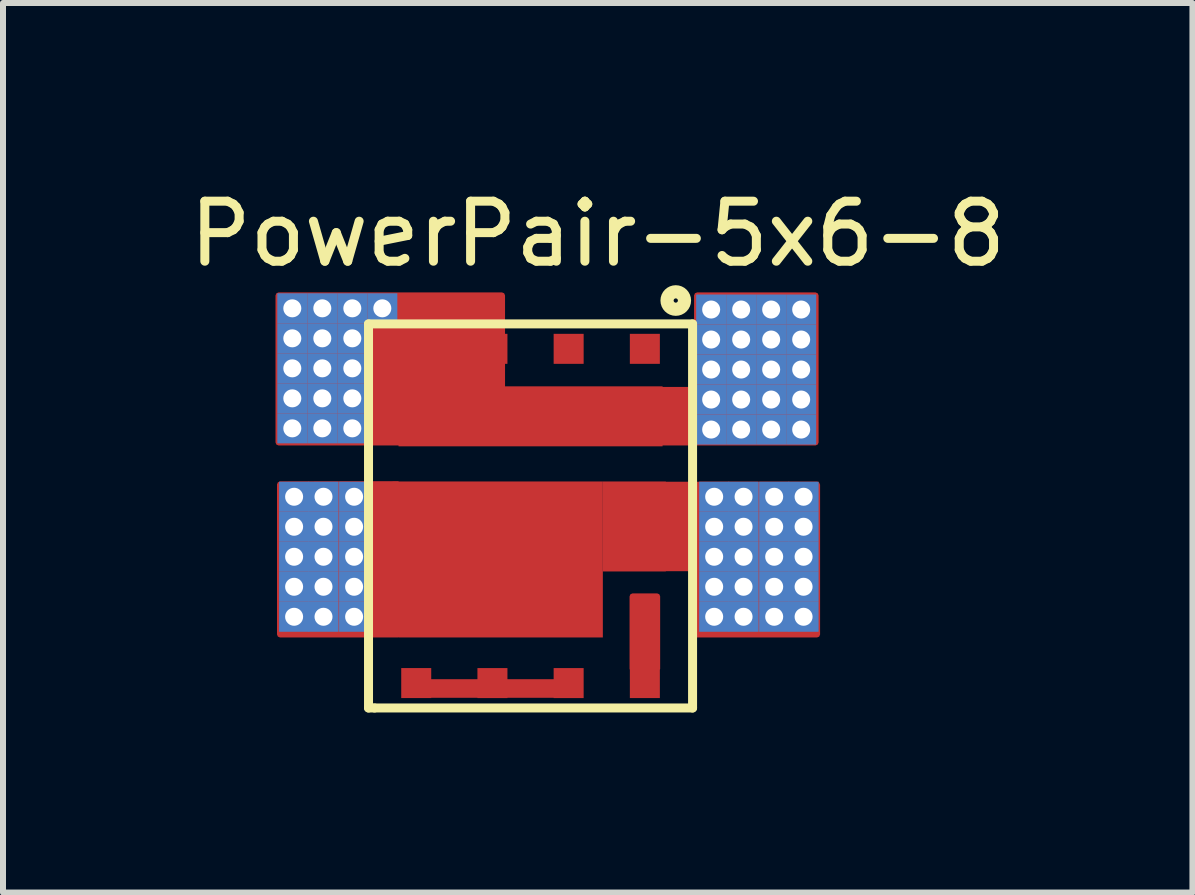
<source format=kicad_pcb>
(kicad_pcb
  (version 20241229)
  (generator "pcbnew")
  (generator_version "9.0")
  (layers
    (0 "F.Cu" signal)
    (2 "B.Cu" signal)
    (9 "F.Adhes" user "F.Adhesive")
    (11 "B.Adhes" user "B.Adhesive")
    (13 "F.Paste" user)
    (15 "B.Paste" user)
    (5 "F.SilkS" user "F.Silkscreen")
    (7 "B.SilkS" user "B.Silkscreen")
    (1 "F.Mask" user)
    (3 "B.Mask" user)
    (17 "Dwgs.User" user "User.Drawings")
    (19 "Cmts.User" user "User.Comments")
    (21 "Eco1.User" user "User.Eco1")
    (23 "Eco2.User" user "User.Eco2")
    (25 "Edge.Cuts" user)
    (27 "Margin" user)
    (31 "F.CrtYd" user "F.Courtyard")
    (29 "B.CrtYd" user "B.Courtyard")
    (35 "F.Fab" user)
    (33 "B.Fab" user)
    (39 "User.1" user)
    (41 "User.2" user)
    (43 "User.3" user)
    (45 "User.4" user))
  (footprint "PowerPair-5x6-8"
    (layer "F.Cu")
    (at 5.791 5.548)
    (property "Reference" "PowerPair-5x6-8" (at 1.12 -4.7 0) (layer "F.SilkS") (effects (font (size 1 1) (thickness 0.15))))
    (attr through_hole)
    (fp_poly (pts (xy 0.45 2.98) (xy -1.82 2.98) (xy -1.82 2.77) (xy 0.45 2.77)) (stroke (width 0.1) (type solid)) (fill yes) (layer "F.Mask"))
    (fp_poly (pts (xy 2.11 2.51) (xy 1.7 2.51) (xy 1.7 1.34) (xy 2.11 1.34)) (stroke (width 0.1) (type solid)) (fill yes) (layer "F.Mask"))
    (fp_line (start -2.7 -3.2) (end -2.7 3.2) (stroke (width 0.15) (type solid)) (layer "F.SilkS"))
    (fp_line (start -2.7 3.2) (end -2.6 3.2) (stroke (width 0.15) (type solid)) (layer "F.SilkS"))
    (fp_line (start -2.6 3.2) (end 2.7 3.2) (stroke (width 0.15) (type solid)) (layer "F.SilkS"))
    (fp_line (start 2.7 -3.2) (end -2.7 -3.2) (stroke (width 0.15) (type solid)) (layer "F.SilkS"))
    (fp_line (start 2.7 3.2) (end 2.7 -3.2) (stroke (width 0.15) (type solid)) (layer "F.SilkS"))
    (fp_circle (center 2.42 -3.59) (end 2.445 -3.565) (stroke (width 0.15) (type solid)) (fill no) (layer "F.SilkS"))
    (fp_circle (center 2.42 -3.59) (end 2.52 -3.44) (stroke (width 0.15) (type solid)) (fill no) (layer "F.SilkS"))
    (pad "1" smd rect (at 1.905 -2.785) (size 0.5 0.5) (layers "F.Cu" "F.Mask" "F.Paste"))
    (pad "2" smd rect (at 0.635 -2.785) (size 0.5 0.5) (layers "F.Cu" "F.Mask" "F.Paste"))
    (pad "3" smd rect (at -0.635 -2.785) (size 0.5 0.5) (layers "F.Cu" "F.Mask" "F.Paste"))
    (pad "4" smd rect (at -1.905 -2.785) (size 0.5 0.5) (layers "F.Cu" "F.Mask" "F.Paste"))
    (pad "5" smd custom (at -1.905 2.785) (size 0.5 0.5) (layers "F.Cu" "F.Mask" "F.Paste") (options (anchor rect)) (primitives (gr_poly (pts (xy 2.485 0.195) (xy 0.215 0.195) (xy 0.215 -0.015) (xy 2.485 -0.015)) (width 0.1) (fill yes))))
    (pad "6" smd rect (at -0.635 2.785) (size 0.5 0.5) (layers "F.Cu" "F.Mask" "F.Paste"))
    (pad "7" smd rect (at 0.635 2.785) (size 0.5 0.5) (layers "F.Cu" "F.Mask" "F.Paste"))
    (pad "8" smd custom (at 1.905 2.785) (size 0.5 0.5) (layers "F.Cu" "F.Mask" "F.Paste") (options (anchor rect)) (primitives (gr_poly (pts (xy 0.205 -0.235) (xy -0.205 -0.235) (xy -0.205 -1.445) (xy 0.205 -1.445)) (width 0.1) (fill yes))))
    (pad "9" thru_hole rect (at -3.94 -0.32) (size 0.5 0.5) (drill 0.3) (layers "*.Cu" "*.Mask"))
    (pad "9" thru_hole rect (at -3.94 0.18) (size 0.5 0.5) (drill 0.3) (layers "*.Cu" "*.Mask"))
    (pad "9" thru_hole rect (at -3.94 0.68) (size 0.5 0.5) (drill 0.3) (layers "*.Cu" "*.Mask"))
    (pad "9" thru_hole rect (at -3.94 1.18) (size 0.5 0.5) (drill 0.3) (layers "*.Cu" "*.Mask"))
    (pad "9" thru_hole rect (at -3.94 1.68) (size 0.5 0.5) (drill 0.3) (layers "*.Cu" "*.Mask"))
    (pad "9" thru_hole rect (at -3.45 -0.32) (size 0.5 0.5) (drill 0.3) (layers "*.Cu" "*.Mask"))
    (pad "9" thru_hole rect (at -3.45 0.18) (size 0.5 0.5) (drill 0.3) (layers "*.Cu" "*.Mask"))
    (pad "9" thru_hole rect (at -3.45 0.68) (size 0.5 0.5) (drill 0.3) (layers "*.Cu" "*.Mask"))
    (pad "9" thru_hole rect (at -3.45 1.18) (size 0.5 0.5) (drill 0.3) (layers "*.Cu" "*.Mask"))
    (pad "9" thru_hole rect (at -3.45 1.68) (size 0.5 0.5) (drill 0.3) (layers "*.Cu" "*.Mask"))
    (pad "9" thru_hole rect (at -2.94 -0.32) (size 0.5 0.5) (drill 0.3) (layers "*.Cu" "*.Mask"))
    (pad "9" thru_hole rect (at -2.94 0.18) (size 0.5 0.5) (drill 0.3) (layers "*.Cu" "*.Mask"))
    (pad "9" thru_hole rect (at -2.94 0.68) (size 0.5 0.5) (drill 0.3) (layers "*.Cu" "*.Mask"))
    (pad "9" thru_hole rect (at -2.94 1.18) (size 0.5 0.5) (drill 0.3) (layers "*.Cu" "*.Mask"))
    (pad "9" thru_hole rect (at -2.94 1.68) (size 0.5 0.5) (drill 0.3) (layers "*.Cu" "*.Mask"))
    (pad "9" smd custom (at -0.495 0.725) (size 3.4 2.6) (layers "F.Cu" "F.Mask" "F.Paste") (options (anchor rect)) (primitives (gr_poly (pts (xy -1.71 1.25) (xy -3.68 1.25) (xy -3.68 0.135) (xy -3.68 0.15) (xy -3.68 -1.25) (xy -1.71 -1.255)) (width 0.1) (fill yes))))
    (pad "9" smd custom (at 1.73 0.175) (size 1.05 1.5) (layers "F.Cu" "F.Mask" "F.Paste") (options (anchor rect)) (primitives (gr_poly (pts (xy 3.045 1.8) (xy 0.97 1.8) (xy 0.97 0.695) (xy 0.48 0.695) (xy 0.48 -0.695) (xy 3.045 -0.695)) (width 0.1) (fill yes))))
    (pad "9" thru_hole rect (at 3.06 -0.32) (size 0.5 0.5) (drill 0.3) (layers "*.Cu" "*.Mask"))
    (pad "9" thru_hole rect (at 3.06 0.18) (size 0.5 0.5) (drill 0.3) (layers "*.Cu" "*.Mask"))
    (pad "9" thru_hole rect (at 3.06 0.68) (size 0.5 0.5) (drill 0.3) (layers "*.Cu" "*.Mask"))
    (pad "9" thru_hole rect (at 3.06 1.18) (size 0.5 0.5) (drill 0.3) (layers "*.Cu" "*.Mask"))
    (pad "9" thru_hole rect (at 3.06 1.68) (size 0.5 0.5) (drill 0.3) (layers "*.Cu" "*.Mask"))
    (pad "9" thru_hole rect (at 3.55 -0.32) (size 0.5 0.5) (drill 0.3) (layers "*.Cu" "*.Mask"))
    (pad "9" thru_hole rect (at 3.55 0.18) (size 0.5 0.5) (drill 0.3) (layers "*.Cu" "*.Mask"))
    (pad "9" thru_hole rect (at 3.55 0.68) (size 0.5 0.5) (drill 0.3) (layers "*.Cu" "*.Mask"))
    (pad "9" thru_hole rect (at 3.55 1.18) (size 0.5 0.5) (drill 0.3) (layers "*.Cu" "*.Mask"))
    (pad "9" thru_hole rect (at 3.55 1.68) (size 0.5 0.5) (drill 0.3) (layers "*.Cu" "*.Mask"))
    (pad "9" thru_hole rect (at 4.06 -0.32) (size 0.5 0.5) (drill 0.3) (layers "*.Cu" "*.Mask"))
    (pad "9" thru_hole rect (at 4.06 0.18) (size 0.5 0.5) (drill 0.3) (layers "*.Cu" "*.Mask"))
    (pad "9" thru_hole rect (at 4.06 0.68) (size 0.5 0.5) (drill 0.3) (layers "*.Cu" "*.Mask"))
    (pad "9" thru_hole rect (at 4.06 1.18) (size 0.5 0.5) (drill 0.3) (layers "*.Cu" "*.Mask"))
    (pad "9" thru_hole rect (at 4.06 1.68) (size 0.5 0.5) (drill 0.3) (layers "*.Cu" "*.Mask"))
    (pad "9" thru_hole rect (at 4.55 -0.32) (size 0.5 0.5) (drill 0.3) (layers "*.Cu" "*.Mask"))
    (pad "9" thru_hole rect (at 4.55 0.18) (size 0.5 0.5) (drill 0.3) (layers "*.Cu" "*.Mask"))
    (pad "9" thru_hole rect (at 4.55 0.68) (size 0.5 0.5) (drill 0.3) (layers "*.Cu" "*.Mask"))
    (pad "9" thru_hole rect (at 4.55 1.18) (size 0.5 0.5) (drill 0.3) (layers "*.Cu" "*.Mask"))
    (pad "9" thru_hole rect (at 4.55 1.68) (size 0.5 0.5) (drill 0.3) (layers "*.Cu" "*.Mask"))
    (pad "10" thru_hole rect (at -3.97 -3.46) (size 0.5 0.5) (drill 0.3) (layers "*.Cu" "*.Mask"))
    (pad "10" thru_hole rect (at -3.97 -2.96) (size 0.5 0.5) (drill 0.3) (layers "*.Cu" "*.Mask"))
    (pad "10" thru_hole rect (at -3.97 -2.46) (size 0.5 0.5) (drill 0.3) (layers "*.Cu" "*.Mask"))
    (pad "10" thru_hole rect (at -3.97 -1.96) (size 0.5 0.5) (drill 0.3) (layers "*.Cu" "*.Mask"))
    (pad "10" thru_hole rect (at -3.97 -1.46) (size 0.5 0.5) (drill 0.3) (layers "*.Cu" "*.Mask"))
    (pad "10" thru_hole rect (at -3.47 -3.46) (size 0.5 0.5) (drill 0.3) (layers "*.Cu" "*.Mask"))
    (pad "10" thru_hole rect (at -3.47 -2.96) (size 0.5 0.5) (drill 0.3) (layers "*.Cu" "*.Mask"))
    (pad "10" thru_hole rect (at -3.47 -2.46) (size 0.5 0.5) (drill 0.3) (layers "*.Cu" "*.Mask"))
    (pad "10" thru_hole rect (at -3.47 -1.96) (size 0.5 0.5) (drill 0.3) (layers "*.Cu" "*.Mask"))
    (pad "10" thru_hole rect (at -3.47 -1.46) (size 0.5 0.5) (drill 0.3) (layers "*.Cu" "*.Mask"))
    (pad "10" thru_hole rect (at -2.97 -3.46) (size 0.5 0.5) (drill 0.3) (layers "*.Cu" "*.Mask"))
    (pad "10" thru_hole rect (at -2.97 -2.96) (size 0.5 0.5) (drill 0.3) (layers "*.Cu" "*.Mask"))
    (pad "10" thru_hole rect (at -2.97 -2.46) (size 0.5 0.5) (drill 0.3) (layers "*.Cu" "*.Mask"))
    (pad "10" thru_hole rect (at -2.97 -1.96) (size 0.5 0.5) (drill 0.3) (layers "*.Cu" "*.Mask"))
    (pad "10" thru_hole rect (at -2.97 -1.46) (size 0.5 0.5) (drill 0.3) (layers "*.Cu" "*.Mask"))
    (pad "10" thru_hole rect (at -2.47 -3.46) (size 0.5 0.5) (drill 0.3) (layers "*.Cu" "*.Mask"))
    (pad "10" smd custom (at 0 -1.66) (size 4.4 1) (layers "F.Cu" "F.Mask" "F.Paste") (options (anchor rect)) (primitives (gr_poly (pts (xy 4.75 0.435) (xy 1.925 0.435) (xy 1.925 -0.44) (xy 2.775 -0.44) (xy 2.775 -2.015) (xy 4.75 -2.015)) (width 0.1) (fill yes)) (gr_poly (pts (xy -0.475 0.435) (xy -4.2 0.435) (xy -4.2 -2.015) (xy -0.475 -2.015)) (width 0.1) (fill yes))))
    (pad "10" thru_hole rect (at 3.01 -3.44) (size 0.5 0.5) (drill 0.3) (layers "*.Cu" "*.Mask"))
    (pad "10" thru_hole rect (at 3.01 -2.94) (size 0.5 0.5) (drill 0.3) (layers "*.Cu" "*.Mask"))
    (pad "10" thru_hole rect (at 3.01 -2.44) (size 0.5 0.5) (drill 0.3) (layers "*.Cu" "*.Mask"))
    (pad "10" thru_hole rect (at 3.01 -1.94) (size 0.5 0.5) (drill 0.3) (layers "*.Cu" "*.Mask"))
    (pad "10" thru_hole rect (at 3.01 -1.44) (size 0.5 0.5) (drill 0.3) (layers "*.Cu" "*.Mask"))
    (pad "10" thru_hole rect (at 3.51 -3.44) (size 0.5 0.5) (drill 0.3) (layers "*.Cu" "*.Mask"))
    (pad "10" thru_hole rect (at 3.51 -2.94) (size 0.5 0.5) (drill 0.3) (layers "*.Cu" "*.Mask"))
    (pad "10" thru_hole rect (at 3.51 -2.44) (size 0.5 0.5) (drill 0.3) (layers "*.Cu" "*.Mask"))
    (pad "10" thru_hole rect (at 3.51 -1.94) (size 0.5 0.5) (drill 0.3) (layers "*.Cu" "*.Mask"))
    (pad "10" thru_hole rect (at 3.51 -1.44) (size 0.5 0.5) (drill 0.3) (layers "*.Cu" "*.Mask"))
    (pad "10" thru_hole rect (at 4.01 -3.44) (size 0.5 0.5) (drill 0.3) (layers "*.Cu" "*.Mask"))
    (pad "10" thru_hole rect (at 4.01 -2.94) (size 0.5 0.5) (drill 0.3) (layers "*.Cu" "*.Mask"))
    (pad "10" thru_hole rect (at 4.01 -2.44) (size 0.5 0.5) (drill 0.3) (layers "*.Cu" "*.Mask"))
    (pad "10" thru_hole rect (at 4.01 -1.94) (size 0.5 0.5) (drill 0.3) (layers "*.Cu" "*.Mask"))
    (pad "10" thru_hole rect (at 4.01 -1.44) (size 0.5 0.5) (drill 0.3) (layers "*.Cu" "*.Mask"))
    (pad "10" thru_hole rect (at 4.51 -3.44) (size 0.5 0.5) (drill 0.3) (layers "*.Cu" "*.Mask"))
    (pad "10" thru_hole rect (at 4.51 -2.94) (size 0.5 0.5) (drill 0.3) (layers "*.Cu" "*.Mask"))
    (pad "10" thru_hole rect (at 4.51 -2.44) (size 0.5 0.5) (drill 0.3) (layers "*.Cu" "*.Mask"))
    (pad "10" thru_hole rect (at 4.51 -1.94) (size 0.5 0.5) (drill 0.3) (layers "*.Cu" "*.Mask"))
    (pad "10" thru_hole rect (at 4.51 -1.44) (size 0.5 0.5) (drill 0.3) (layers "*.Cu" "*.Mask")))
  (gr_rect
    (start -3 -3)
    (end 16.821 11.823)
    (stroke (width 0.1) (type default))
    (fill no)
    (layer "Edge.Cuts")))
</source>
